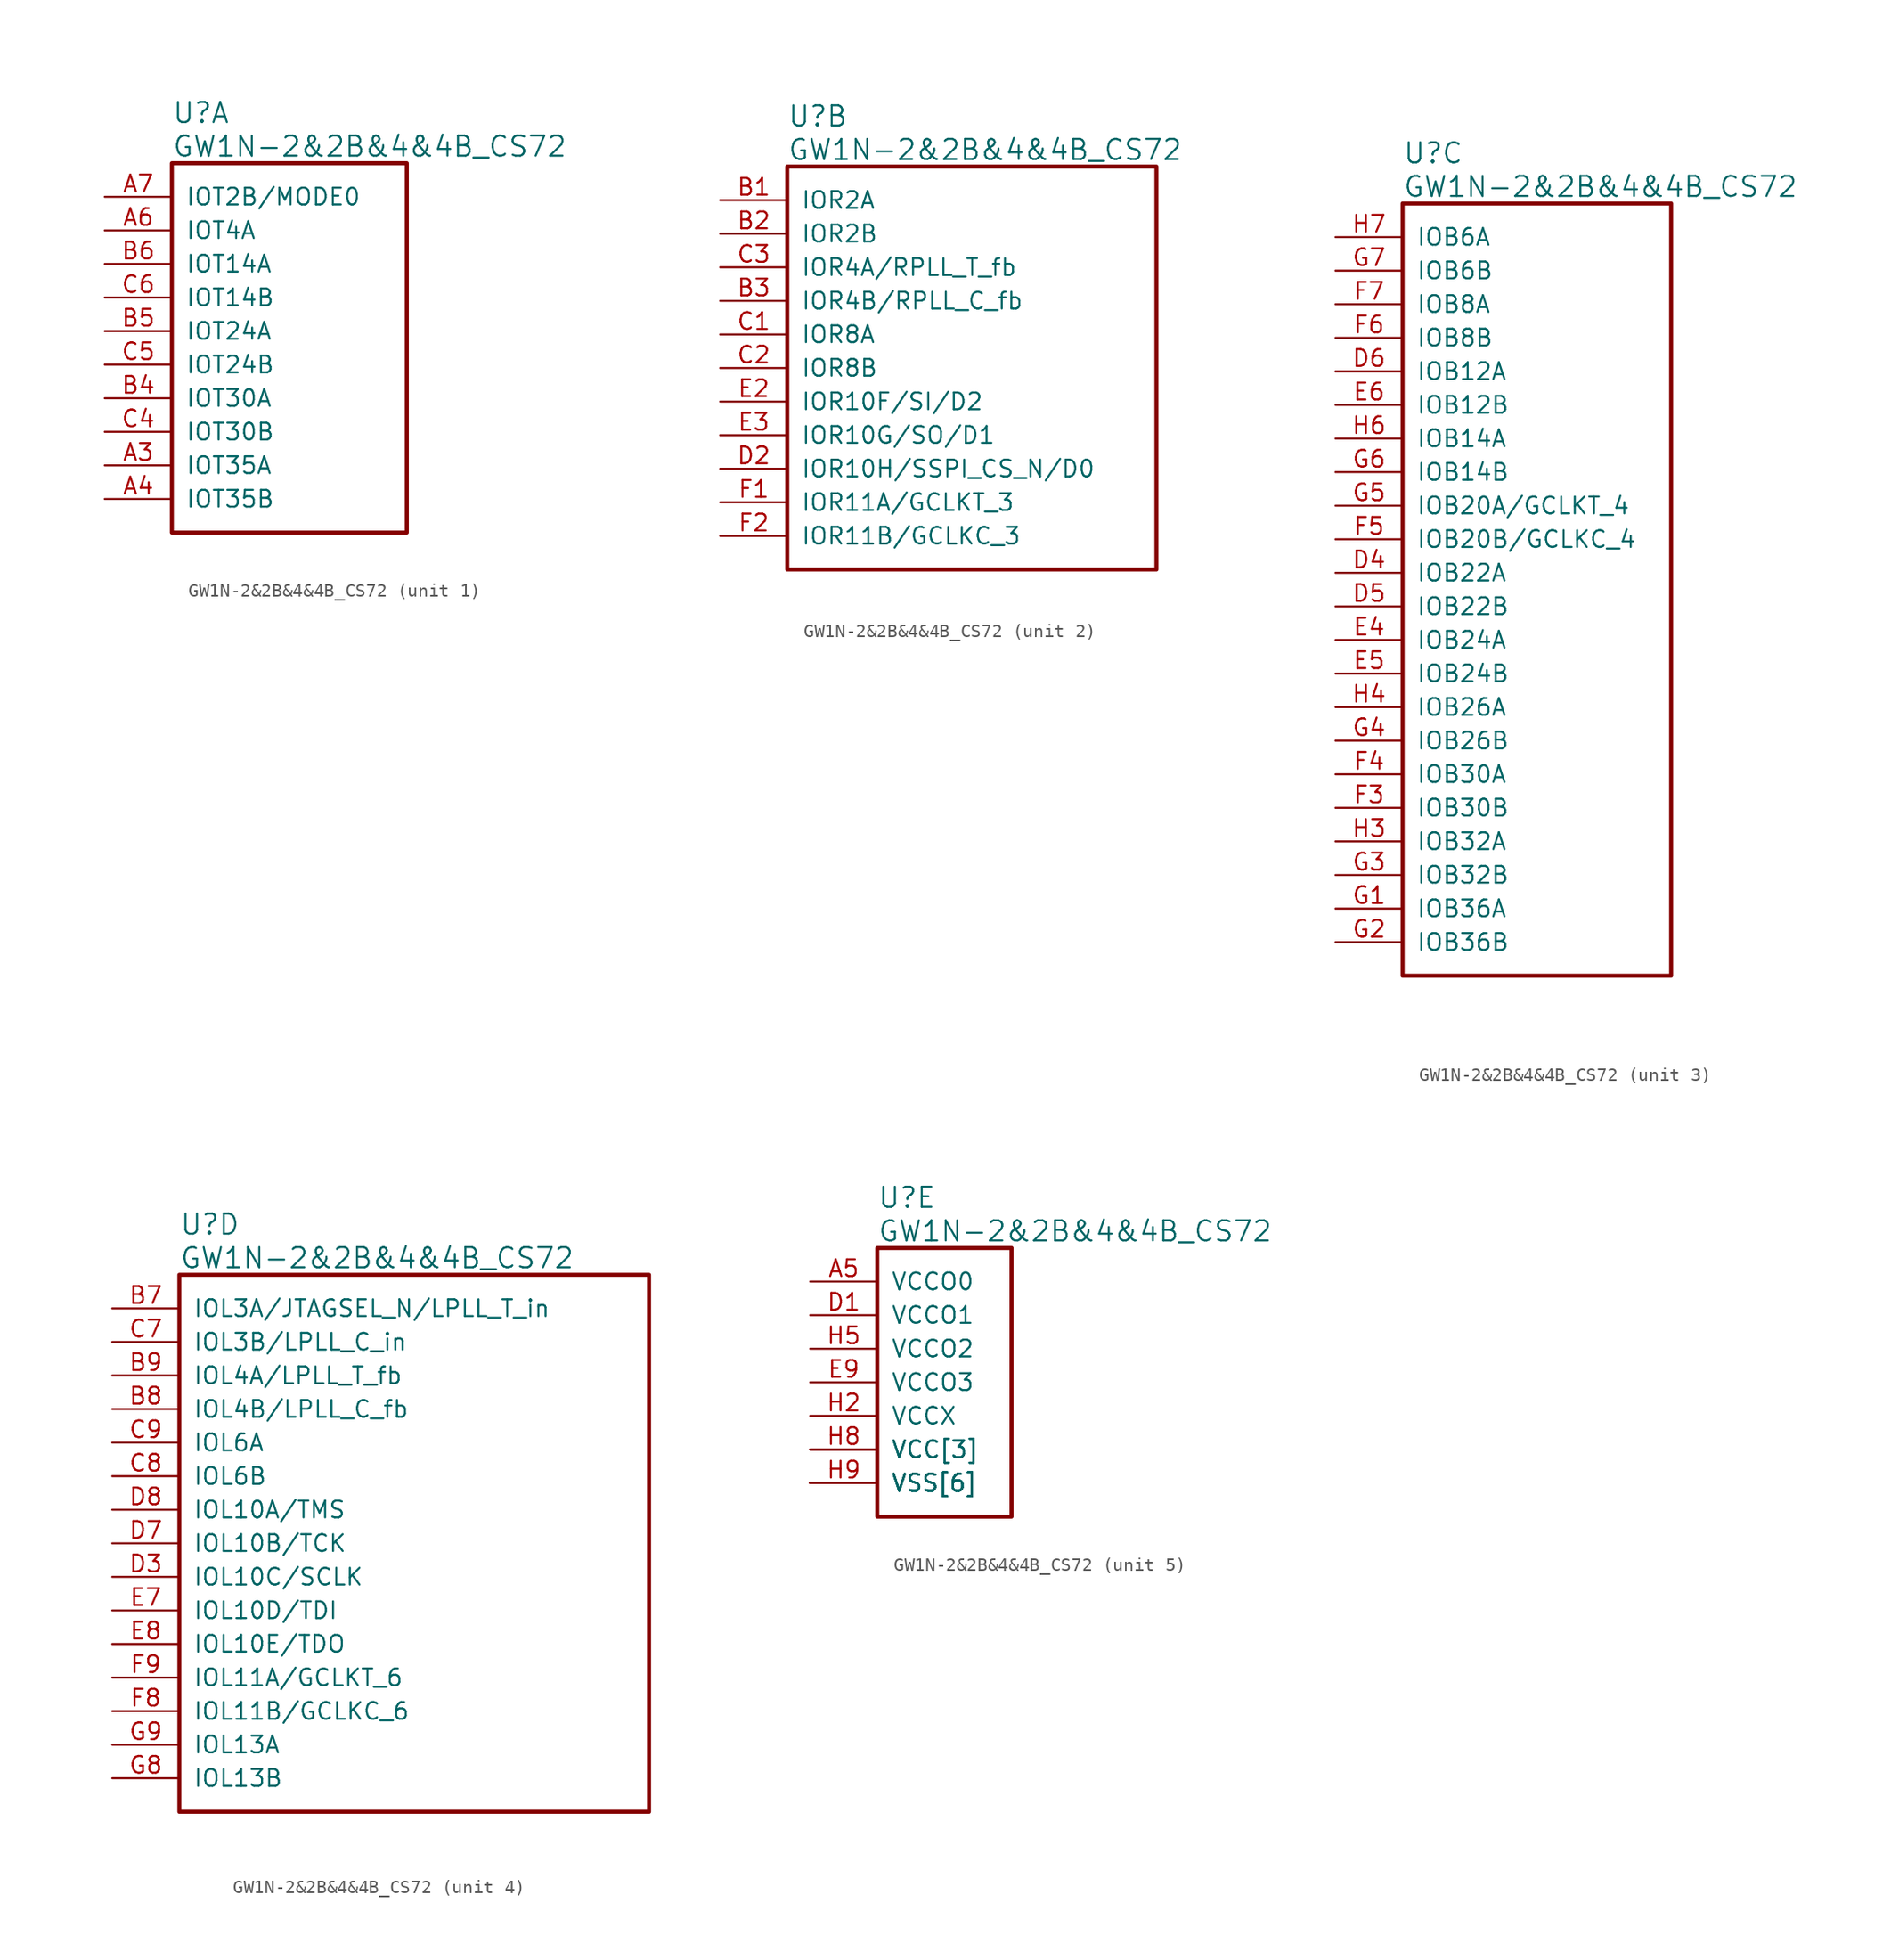
<source format=kicad_sym>
(kicad_symbol_lib
  (version 20211014)
  (generator kicad_symbol_editor)
  (symbol "GW1N-2&2B&4&4B_CS72"
    (pin_names
      (offset 1.016))
    (property "Reference" "U"
      (at 5.08 6.35 0)
      (effects (font (size 1.524 1.524)) (justify left)))
    (property "Value" "GW1N-2&2B&4&4B_CS72"
      (at 5.08 3.81 0)
      (effects (font (size 1.524 1.524)) (justify left)))
    (property "ki_locked" ""
      (at 0 0 0)
      (effects (font (size 1.27 1.27))))
    (symbol "GW1N-2&2B&4&4B_CS72_1_1"
      (rectangle (start 5.08 2.54) (end 22.86 -25.4) (stroke (width 0.305) (type default) (color 0 0 0 0)) (fill (type none)))
      (pin bidirectional line (at 0 -20.32 0) (length 5.08) (name "IOT35A" (effects (font (size 1.27 1.27)))) (number "A3" (effects (font (size 1.27 1.27)))))
      (pin bidirectional line (at 0 -22.86 0) (length 5.08) (name "IOT35B" (effects (font (size 1.27 1.27)))) (number "A4" (effects (font (size 1.27 1.27)))))
      (pin bidirectional line (at 0 -2.54 0) (length 5.08) (name "IOT4A" (effects (font (size 1.27 1.27)))) (number "A6" (effects (font (size 1.27 1.27)))))
      (pin bidirectional line (at 0 0 0) (length 5.08) (name "IOT2B/MODE0" (effects (font (size 1.27 1.27)))) (number "A7" (effects (font (size 1.27 1.27)))))
      (pin bidirectional line (at 0 -15.24 0) (length 5.08) (name "IOT30A" (effects (font (size 1.27 1.27)))) (number "B4" (effects (font (size 1.27 1.27)))))
      (pin bidirectional line (at 0 -10.16 0) (length 5.08) (name "IOT24A" (effects (font (size 1.27 1.27)))) (number "B5" (effects (font (size 1.27 1.27)))))
      (pin bidirectional line (at 0 -5.08 0) (length 5.08) (name "IOT14A" (effects (font (size 1.27 1.27)))) (number "B6" (effects (font (size 1.27 1.27)))))
      (pin bidirectional line (at 0 -17.78 0) (length 5.08) (name "IOT30B" (effects (font (size 1.27 1.27)))) (number "C4" (effects (font (size 1.27 1.27)))))
      (pin bidirectional line (at 0 -12.7 0) (length 5.08) (name "IOT24B" (effects (font (size 1.27 1.27)))) (number "C5" (effects (font (size 1.27 1.27)))))
      (pin bidirectional line (at 0 -7.62 0) (length 5.08) (name "IOT14B" (effects (font (size 1.27 1.27)))) (number "C6" (effects (font (size 1.27 1.27))))))
    (symbol "GW1N-2&2B&4&4B_CS72_2_1"
      (rectangle (start 5.08 2.54) (end 33.02 -27.94) (stroke (width 0.305) (type default) (color 0 0 0 0)) (fill (type none)))
      (pin bidirectional line (at 0 0 0) (length 5.08) (name "IOR2A" (effects (font (size 1.27 1.27)))) (number "B1" (effects (font (size 1.27 1.27)))))
      (pin bidirectional line (at 0 -2.54 0) (length 5.08) (name "IOR2B" (effects (font (size 1.27 1.27)))) (number "B2" (effects (font (size 1.27 1.27)))))
      (pin bidirectional line (at 0 -7.62 0) (length 5.08) (name "IOR4B/RPLL_C_fb" (effects (font (size 1.27 1.27)))) (number "B3" (effects (font (size 1.27 1.27)))))
      (pin bidirectional line (at 0 -10.16 0) (length 5.08) (name "IOR8A" (effects (font (size 1.27 1.27)))) (number "C1" (effects (font (size 1.27 1.27)))))
      (pin bidirectional line (at 0 -12.7 0) (length 5.08) (name "IOR8B" (effects (font (size 1.27 1.27)))) (number "C2" (effects (font (size 1.27 1.27)))))
      (pin bidirectional line (at 0 -5.08 0) (length 5.08) (name "IOR4A/RPLL_T_fb" (effects (font (size 1.27 1.27)))) (number "C3" (effects (font (size 1.27 1.27)))))
      (pin bidirectional line (at 0 -20.32 0) (length 5.08) (name "IOR10H/SSPI_CS_N/D0" (effects (font (size 1.27 1.27)))) (number "D2" (effects (font (size 1.27 1.27)))))
      (pin bidirectional line (at 0 -15.24 0) (length 5.08) (name "IOR10F/SI/D2" (effects (font (size 1.27 1.27)))) (number "E2" (effects (font (size 1.27 1.27)))))
      (pin bidirectional line (at 0 -17.78 0) (length 5.08) (name "IOR10G/SO/D1" (effects (font (size 1.27 1.27)))) (number "E3" (effects (font (size 1.27 1.27)))))
      (pin bidirectional line (at 0 -22.86 0) (length 5.08) (name "IOR11A/GCLKT_3" (effects (font (size 1.27 1.27)))) (number "F1" (effects (font (size 1.27 1.27)))))
      (pin bidirectional line (at 0 -25.4 0) (length 5.08) (name "IOR11B/GCLKC_3" (effects (font (size 1.27 1.27)))) (number "F2" (effects (font (size 1.27 1.27))))))
    (symbol "GW1N-2&2B&4&4B_CS72_3_1"
      (rectangle (start 5.08 2.54) (end 25.4 -55.88) (stroke (width 0.305) (type default) (color 0 0 0 0)) (fill (type none)))
      (pin bidirectional line (at 0 -25.4 0) (length 5.08) (name "IOB22A" (effects (font (size 1.27 1.27)))) (number "D4" (effects (font (size 1.27 1.27)))))
      (pin bidirectional line (at 0 -27.94 0) (length 5.08) (name "IOB22B" (effects (font (size 1.27 1.27)))) (number "D5" (effects (font (size 1.27 1.27)))))
      (pin bidirectional line (at 0 -10.16 0) (length 5.08) (name "IOB12A" (effects (font (size 1.27 1.27)))) (number "D6" (effects (font (size 1.27 1.27)))))
      (pin bidirectional line (at 0 -30.48 0) (length 5.08) (name "IOB24A" (effects (font (size 1.27 1.27)))) (number "E4" (effects (font (size 1.27 1.27)))))
      (pin bidirectional line (at 0 -33.02 0) (length 5.08) (name "IOB24B" (effects (font (size 1.27 1.27)))) (number "E5" (effects (font (size 1.27 1.27)))))
      (pin bidirectional line (at 0 -12.7 0) (length 5.08) (name "IOB12B" (effects (font (size 1.27 1.27)))) (number "E6" (effects (font (size 1.27 1.27)))))
      (pin bidirectional line (at 0 -43.18 0) (length 5.08) (name "IOB30B" (effects (font (size 1.27 1.27)))) (number "F3" (effects (font (size 1.27 1.27)))))
      (pin bidirectional line (at 0 -40.64 0) (length 5.08) (name "IOB30A" (effects (font (size 1.27 1.27)))) (number "F4" (effects (font (size 1.27 1.27)))))
      (pin bidirectional line (at 0 -22.86 0) (length 5.08) (name "IOB20B/GCLKC_4" (effects (font (size 1.27 1.27)))) (number "F5" (effects (font (size 1.27 1.27)))))
      (pin bidirectional line (at 0 -7.62 0) (length 5.08) (name "IOB8B" (effects (font (size 1.27 1.27)))) (number "F6" (effects (font (size 1.27 1.27)))))
      (pin bidirectional line (at 0 -5.08 0) (length 5.08) (name "IOB8A" (effects (font (size 1.27 1.27)))) (number "F7" (effects (font (size 1.27 1.27)))))
      (pin bidirectional line (at 0 -50.8 0) (length 5.08) (name "IOB36A" (effects (font (size 1.27 1.27)))) (number "G1" (effects (font (size 1.27 1.27)))))
      (pin bidirectional line (at 0 -53.34 0) (length 5.08) (name "IOB36B" (effects (font (size 1.27 1.27)))) (number "G2" (effects (font (size 1.27 1.27)))))
      (pin bidirectional line (at 0 -48.26 0) (length 5.08) (name "IOB32B" (effects (font (size 1.27 1.27)))) (number "G3" (effects (font (size 1.27 1.27)))))
      (pin bidirectional line (at 0 -38.1 0) (length 5.08) (name "IOB26B" (effects (font (size 1.27 1.27)))) (number "G4" (effects (font (size 1.27 1.27)))))
      (pin bidirectional line (at 0 -20.32 0) (length 5.08) (name "IOB20A/GCLKT_4" (effects (font (size 1.27 1.27)))) (number "G5" (effects (font (size 1.27 1.27)))))
      (pin bidirectional line (at 0 -17.78 0) (length 5.08) (name "IOB14B" (effects (font (size 1.27 1.27)))) (number "G6" (effects (font (size 1.27 1.27)))))
      (pin bidirectional line (at 0 -2.54 0) (length 5.08) (name "IOB6B" (effects (font (size 1.27 1.27)))) (number "G7" (effects (font (size 1.27 1.27)))))
      (pin bidirectional line (at 0 -45.72 0) (length 5.08) (name "IOB32A" (effects (font (size 1.27 1.27)))) (number "H3" (effects (font (size 1.27 1.27)))))
      (pin bidirectional line (at 0 -35.56 0) (length 5.08) (name "IOB26A" (effects (font (size 1.27 1.27)))) (number "H4" (effects (font (size 1.27 1.27)))))
      (pin bidirectional line (at 0 -15.24 0) (length 5.08) (name "IOB14A" (effects (font (size 1.27 1.27)))) (number "H6" (effects (font (size 1.27 1.27)))))
      (pin bidirectional line (at 0 0 0) (length 5.08) (name "IOB6A" (effects (font (size 1.27 1.27)))) (number "H7" (effects (font (size 1.27 1.27))))))
    (symbol "GW1N-2&2B&4&4B_CS72_4_1"
      (rectangle (start 5.08 2.54) (end 40.64 -38.1) (stroke (width 0.305) (type default) (color 0 0 0 0)) (fill (type none)))
      (pin bidirectional line (at 0 0 0) (length 5.08) (name "IOL3A/JTAGSEL_N/LPLL_T_in" (effects (font (size 1.27 1.27)))) (number "B7" (effects (font (size 1.27 1.27)))))
      (pin bidirectional line (at 0 -7.62 0) (length 5.08) (name "IOL4B/LPLL_C_fb" (effects (font (size 1.27 1.27)))) (number "B8" (effects (font (size 1.27 1.27)))))
      (pin bidirectional line (at 0 -5.08 0) (length 5.08) (name "IOL4A/LPLL_T_fb" (effects (font (size 1.27 1.27)))) (number "B9" (effects (font (size 1.27 1.27)))))
      (pin bidirectional line (at 0 -2.54 0) (length 5.08) (name "IOL3B/LPLL_C_in" (effects (font (size 1.27 1.27)))) (number "C7" (effects (font (size 1.27 1.27)))))
      (pin bidirectional line (at 0 -12.7 0) (length 5.08) (name "IOL6B" (effects (font (size 1.27 1.27)))) (number "C8" (effects (font (size 1.27 1.27)))))
      (pin bidirectional line (at 0 -10.16 0) (length 5.08) (name "IOL6A" (effects (font (size 1.27 1.27)))) (number "C9" (effects (font (size 1.27 1.27)))))
      (pin bidirectional line (at 0 -20.32 0) (length 5.08) (name "IOL10C/SCLK" (effects (font (size 1.27 1.27)))) (number "D3" (effects (font (size 1.27 1.27)))))
      (pin bidirectional line (at 0 -17.78 0) (length 5.08) (name "IOL10B/TCK" (effects (font (size 1.27 1.27)))) (number "D7" (effects (font (size 1.27 1.27)))))
      (pin bidirectional line (at 0 -15.24 0) (length 5.08) (name "IOL10A/TMS" (effects (font (size 1.27 1.27)))) (number "D8" (effects (font (size 1.27 1.27)))))
      (pin bidirectional line (at 0 -22.86 0) (length 5.08) (name "IOL10D/TDI" (effects (font (size 1.27 1.27)))) (number "E7" (effects (font (size 1.27 1.27)))))
      (pin bidirectional line (at 0 -25.4 0) (length 5.08) (name "IOL10E/TDO" (effects (font (size 1.27 1.27)))) (number "E8" (effects (font (size 1.27 1.27)))))
      (pin bidirectional line (at 0 -30.48 0) (length 5.08) (name "IOL11B/GCLKC_6" (effects (font (size 1.27 1.27)))) (number "F8" (effects (font (size 1.27 1.27)))))
      (pin bidirectional line (at 0 -27.94 0) (length 5.08) (name "IOL11A/GCLKT_6" (effects (font (size 1.27 1.27)))) (number "F9" (effects (font (size 1.27 1.27)))))
      (pin bidirectional line (at 0 -35.56 0) (length 5.08) (name "IOL13B" (effects (font (size 1.27 1.27)))) (number "G8" (effects (font (size 1.27 1.27)))))
      (pin bidirectional line (at 0 -33.02 0) (length 5.08) (name "IOL13A" (effects (font (size 1.27 1.27)))) (number "G9" (effects (font (size 1.27 1.27))))))
    (symbol "GW1N-2&2B&4&4B_CS72_5_1"
      (rectangle (start 5.08 2.54) (end 15.24 -17.78) (stroke (width 0.305) (type default) (color 0 0 0 0)) (fill (type none)))
      (pin power_in line (at 0 -15.24 0) (length 5.08) (name "VSS[6]" (effects (font (size 1.27 1.27)))) (number "A1" (effects (font (size 0 0)))))
      (pin power_in line (at 0 -12.7 0) (length 5.08) (name "VCC[3]" (effects (font (size 1.27 1.27)))) (number "A2" (effects (font (size 0 0)))))
      (pin power_in line (at 0 0 0) (length 5.08) (name "VCCO0" (effects (font (size 1.27 1.27)))) (number "A5" (effects (font (size 1.27 1.27)))))
      (pin power_in line (at 0 -12.7 0) (length 5.08) (name "VCC[3]" (effects (font (size 1.27 1.27)))) (number "A8" (effects (font (size 0 0)))))
      (pin power_in line (at 0 -15.24 0) (length 5.08) (name "VSS[6]" (effects (font (size 1.27 1.27)))) (number "A9" (effects (font (size 0 0)))))
      (pin power_in line (at 0 -2.54 0) (length 5.08) (name "VCCO1" (effects (font (size 1.27 1.27)))) (number "D1" (effects (font (size 1.27 1.27)))))
      (pin power_in line (at 0 -15.24 0) (length 5.08) (name "VSS[6]" (effects (font (size 1.27 1.27)))) (number "D9" (effects (font (size 0 0)))))
      (pin power_in line (at 0 -15.24 0) (length 5.08) (name "VSS[6]" (effects (font (size 1.27 1.27)))) (number "E1" (effects (font (size 0 0)))))
      (pin power_in line (at 0 -7.62 0) (length 5.08) (name "VCCO3" (effects (font (size 1.27 1.27)))) (number "E9" (effects (font (size 1.27 1.27)))))
      (pin power_in line (at 0 -15.24 0) (length 5.08) (name "VSS[6]" (effects (font (size 1.27 1.27)))) (number "H1" (effects (font (size 0 0)))))
      (pin power_in line (at 0 -10.16 0) (length 5.08) (name "VCCX" (effects (font (size 1.27 1.27)))) (number "H2" (effects (font (size 1.27 1.27)))))
      (pin power_in line (at 0 -5.08 0) (length 5.08) (name "VCCO2" (effects (font (size 1.27 1.27)))) (number "H5" (effects (font (size 1.27 1.27)))))
      (pin power_in line (at 0 -12.7 0) (length 5.08) (name "VCC[3]" (effects (font (size 1.27 1.27)))) (number "H8" (effects (font (size 1.27 1.27)))))
      (pin power_in line (at 0 -15.24 0) (length 5.08) (name "VSS[6]" (effects (font (size 1.27 1.27)))) (number "H9" (effects (font (size 1.27 1.27))))))))
</source>
